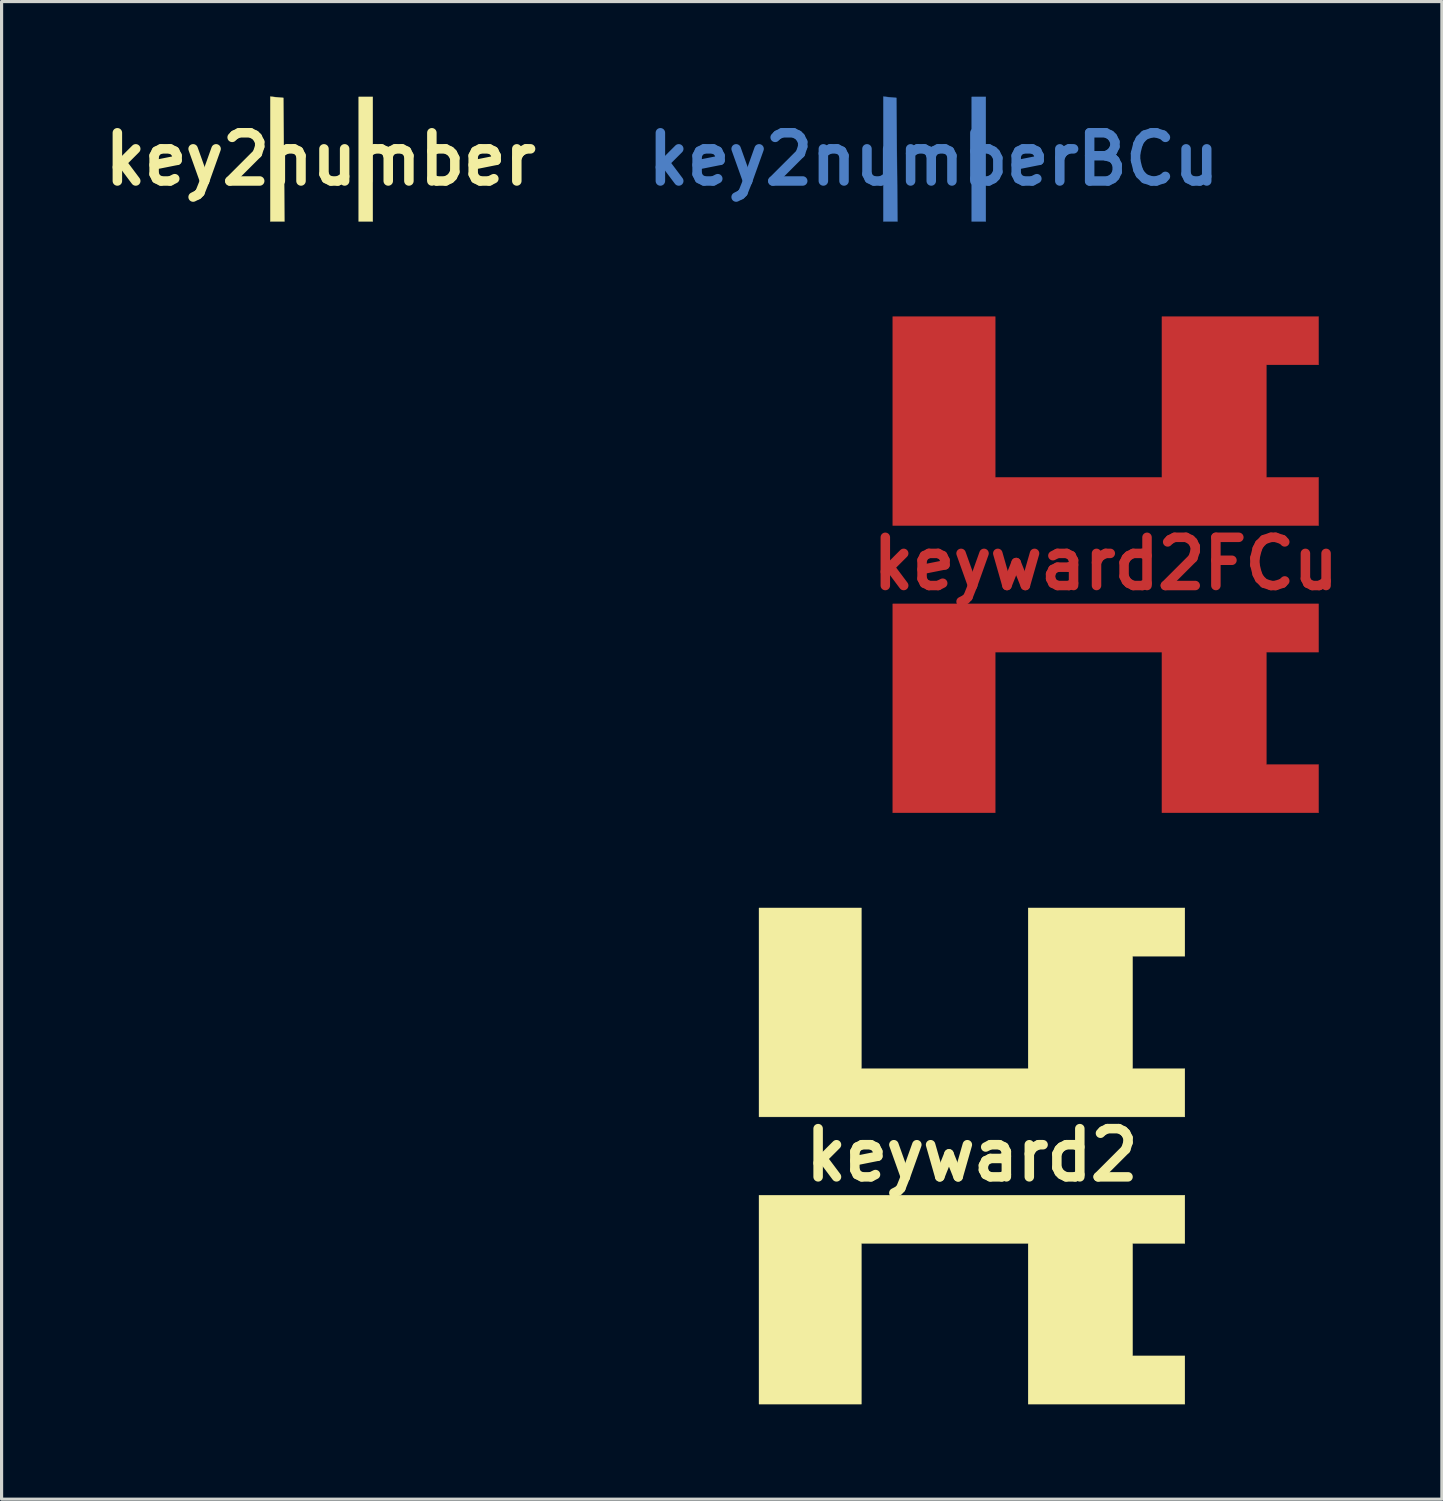
<source format=kicad_pcb>
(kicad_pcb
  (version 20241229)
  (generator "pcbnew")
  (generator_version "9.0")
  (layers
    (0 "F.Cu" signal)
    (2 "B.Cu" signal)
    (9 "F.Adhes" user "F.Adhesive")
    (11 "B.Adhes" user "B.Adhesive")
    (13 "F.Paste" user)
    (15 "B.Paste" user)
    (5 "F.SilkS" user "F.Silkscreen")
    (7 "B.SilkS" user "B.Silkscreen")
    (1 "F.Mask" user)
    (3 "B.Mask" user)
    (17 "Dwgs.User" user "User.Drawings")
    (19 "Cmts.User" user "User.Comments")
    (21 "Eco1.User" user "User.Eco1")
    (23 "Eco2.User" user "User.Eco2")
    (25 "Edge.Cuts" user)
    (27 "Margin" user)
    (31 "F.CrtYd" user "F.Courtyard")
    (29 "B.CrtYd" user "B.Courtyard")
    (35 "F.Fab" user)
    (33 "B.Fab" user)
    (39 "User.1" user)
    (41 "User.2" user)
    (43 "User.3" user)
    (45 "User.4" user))
  (footprint "key2number"
    (layer "F.Cu")
    (at 7.083 1.982)
    (property "Reference" "key2number" (at 0 0 0) (layer "F.SilkS") (effects (font (size 1.524 1.524) (thickness 0.3))))
    (attr through_hole)
    (fp_poly (pts (xy 1.651 1.968) (xy 1.206 1.968) (xy 1.206 -1.968) (xy 1.651 -1.968) (xy 1.651 1.968)) (stroke (width 0.01) (type solid)) (fill yes) (layer "F.SilkS"))
    (fp_poly (pts (xy -1.381 -1.957) (xy -1.175 -1.937) (xy -1.158 0.016) (xy -1.141 1.968) (xy -1.587 1.968) (xy -1.587 -1.977) (xy -1.381 -1.957)) (stroke (width 0.01) (type solid)) (fill yes) (layer "F.SilkS")))
  (footprint "keyward2FMask"
    (layer "F.Cu")
    (at 8.97 33.465)
    (property "Reference" "keyward2FMask" (at 0 0 0) (layer "F.Mask") (effects (font (size 1.524 1.524) (thickness 0.3))))
    (attr through_hole)
    (fp_poly (pts (xy -3.493 -2.731) (xy 1.778 -2.731) (xy 1.778 -7.811) (xy 6.731 -7.811) (xy 6.731 -6.287) (xy 5.08 -6.287) (xy 5.08 -2.731) (xy 6.731 -2.731) (xy 6.731 -1.206) (xy -6.731 -1.206) (xy -6.731 -7.811) (xy -3.493 -7.811) (xy -3.493 -2.731)) (stroke (width 0.01) (type solid)) (fill yes) (layer "F.Mask"))
    (fp_poly (pts (xy 6.731 2.794) (xy 5.08 2.794) (xy 5.08 6.35) (xy 6.731 6.35) (xy 6.731 7.874) (xy 1.778 7.874) (xy 1.778 2.794) (xy -3.493 2.794) (xy -3.493 7.874) (xy -6.731 7.874) (xy -6.731 1.27) (xy 6.731 1.27) (xy 6.731 2.794)) (stroke (width 0.01) (type solid)) (fill yes) (layer "F.Mask")))
  (footprint "key2numberBMask"
    (layer "F.Cu")
    (at 10.639 8.937)
    (property "Reference" "key2numberBMask" (at 0 0 0) (layer "B.Mask") (effects (font (size 1.524 1.524) (thickness 0.3))))
    (attr through_hole)
    (fp_poly (pts (xy 1.651 1.968) (xy 1.206 1.968) (xy 1.206 -1.968) (xy 1.651 -1.968) (xy 1.651 1.968)) (stroke (width 0.01) (type solid)) (fill yes) (layer "B.Mask"))
    (fp_poly (pts (xy -1.381 -1.957) (xy -1.175 -1.937) (xy -1.158 0.016) (xy -1.141 1.968) (xy -1.587 1.968) (xy -1.587 -1.977) (xy -1.381 -1.957)) (stroke (width 0.01) (type solid)) (fill yes) (layer "B.Mask")))
  (footprint "keyward2FCu"
    (layer "F.Cu")
    (at 31.905 14.771)
    (property "Reference" "keyward2FCu" (at 0 0 0) (layer "F.Cu") (effects (font (size 1.524 1.524) (thickness 0.3))))
    (attr through_hole)
    (fp_poly (pts (xy -3.493 -2.731) (xy 1.778 -2.731) (xy 1.778 -7.811) (xy 6.731 -7.811) (xy 6.731 -6.287) (xy 5.08 -6.287) (xy 5.08 -2.731) (xy 6.731 -2.731) (xy 6.731 -1.206) (xy -6.731 -1.206) (xy -6.731 -7.811) (xy -3.493 -7.811) (xy -3.493 -2.731)) (stroke (width 0.01) (type solid)) (fill yes) (layer "F.Cu"))
    (fp_poly (pts (xy 6.731 2.794) (xy 5.08 2.794) (xy 5.08 6.35) (xy 6.731 6.35) (xy 6.731 7.874) (xy 1.778 7.874) (xy 1.778 2.794) (xy -3.493 2.794) (xy -3.493 7.874) (xy -6.731 7.874) (xy -6.731 1.27) (xy 6.731 1.27) (xy 6.731 2.794)) (stroke (width 0.01) (type solid)) (fill yes) (layer "F.Cu")))
  (footprint "keyward2"
    (layer "F.Cu")
    (at 27.676 33.465)
    (property "Reference" "keyward2" (at 0 0 0) (layer "F.SilkS") (effects (font (size 1.524 1.524) (thickness 0.3))))
    (attr through_hole)
    (fp_poly (pts (xy -3.493 -2.731) (xy 1.778 -2.731) (xy 1.778 -7.811) (xy 6.731 -7.811) (xy 6.731 -6.287) (xy 5.08 -6.287) (xy 5.08 -2.731) (xy 6.731 -2.731) (xy 6.731 -1.206) (xy -6.731 -1.206) (xy -6.731 -7.811) (xy -3.493 -7.811) (xy -3.493 -2.731)) (stroke (width 0.01) (type solid)) (fill yes) (layer "F.SilkS"))
    (fp_poly (pts (xy 6.731 2.794) (xy 5.08 2.794) (xy 5.08 6.35) (xy 6.731 6.35) (xy 6.731 7.874) (xy 1.778 7.874) (xy 1.778 2.794) (xy -3.493 2.794) (xy -3.493 7.874) (xy -6.731 7.874) (xy -6.731 1.27) (xy 6.731 1.27) (xy 6.731 2.794)) (stroke (width 0.01) (type solid)) (fill yes) (layer "F.SilkS")))
  (footprint "key2numberBCu"
    (layer "B.Cu")
    (at 26.463 1.982)
    (property "Reference" "key2numberBCu" (at 0 0 0) (layer "B.Cu") (effects (font (size 1.524 1.524) (thickness 0.3))))
    (attr through_hole)
    (fp_poly (pts (xy 1.651 1.968) (xy 1.206 1.968) (xy 1.206 -1.968) (xy 1.651 -1.968) (xy 1.651 1.968)) (stroke (width 0.01) (type solid)) (fill yes) (layer "B.Cu"))
    (fp_poly (pts (xy -1.381 -1.957) (xy -1.175 -1.937) (xy -1.158 0.016) (xy -1.141 1.968) (xy -1.587 1.968) (xy -1.587 -1.977) (xy -1.381 -1.957)) (stroke (width 0.01) (type solid)) (fill yes) (layer "B.Cu")))
  (gr_rect
    (start -3 -3)
    (end 42.533 44.344)
    (stroke (width 0.1) (type default))
    (fill no)
    (layer "Edge.Cuts")))
</source>
